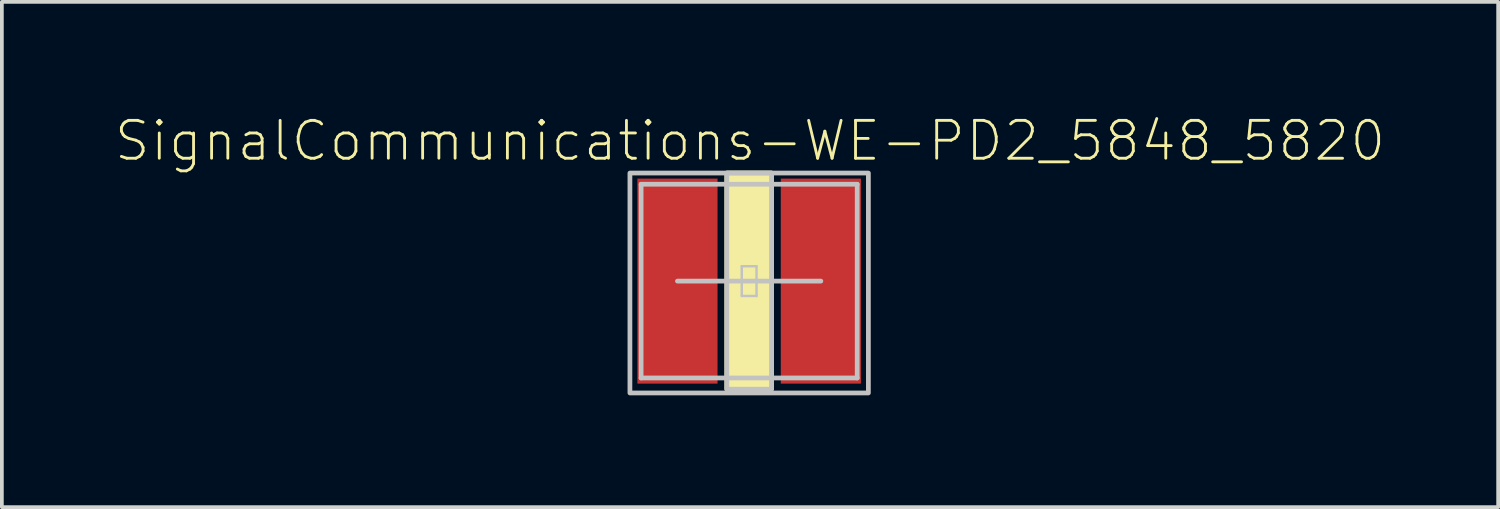
<source format=kicad_pcb>
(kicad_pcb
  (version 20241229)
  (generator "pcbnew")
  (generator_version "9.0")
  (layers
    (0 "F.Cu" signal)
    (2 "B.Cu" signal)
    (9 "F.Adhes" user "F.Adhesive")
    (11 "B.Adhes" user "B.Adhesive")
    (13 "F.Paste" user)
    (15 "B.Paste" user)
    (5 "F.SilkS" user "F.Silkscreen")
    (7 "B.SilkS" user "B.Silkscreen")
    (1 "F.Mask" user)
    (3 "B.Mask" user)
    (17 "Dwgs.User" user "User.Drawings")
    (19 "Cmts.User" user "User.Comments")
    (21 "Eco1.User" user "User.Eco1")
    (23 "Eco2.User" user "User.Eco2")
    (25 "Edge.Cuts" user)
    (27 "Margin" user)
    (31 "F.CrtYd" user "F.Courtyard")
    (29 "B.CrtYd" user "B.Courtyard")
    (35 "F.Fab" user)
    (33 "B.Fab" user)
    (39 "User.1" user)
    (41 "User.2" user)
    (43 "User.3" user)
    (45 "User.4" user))
  (footprint "SignalCommunications-WE-PD2_5848_5820"
    (layer "F.Cu")
    (at 17.044 4.49)
    (property "Reference" "SignalCommunications-WE-PD2_5848_5820" (at 0.023 -3.762 0) (layer "F.SilkS") (effects (font (size 1.016 1.016) (thickness 0.076))))
    (attr smd)
    (fp_line (start -0.599 -2.598) (end 0.599 -2.598) (stroke (width 0.127) (type solid)) (layer "F.SilkS"))
    (fp_line (start -0.599 2.598) (end 0.599 2.598) (stroke (width 0.127) (type solid)) (layer "F.SilkS"))
    (fp_poly (pts (xy -0.599 -2.898) (xy 0.599 -2.898) (xy 0.599 2.898) (xy -0.599 2.898) (xy -0.599 -2.898)) (stroke (width 0.127) (type solid)) (fill yes) (layer "F.SilkS"))
    (fp_line (start -2.898 -2.598) (end 2.898 -2.598) (stroke (width 0.127) (type solid)) (layer "Dwgs.User"))
    (fp_line (start -2.898 2.598) (end -2.898 -2.598) (stroke (width 0.127) (type solid)) (layer "Dwgs.User"))
    (fp_line (start -1.923 0) (end 1.923 0) (stroke (width 0.127) (type solid)) (layer "Dwgs.User"))
    (fp_line (start -0.198 -0.399) (end 0.198 -0.399) (stroke (width 0.066) (type solid)) (layer "Dwgs.User"))
    (fp_line (start -0.198 0.399) (end -0.198 -0.399) (stroke (width 0.066) (type solid)) (layer "Dwgs.User"))
    (fp_line (start -0.198 0.399) (end 0.198 0.399) (stroke (width 0.066) (type solid)) (layer "Dwgs.User"))
    (fp_line (start 0.198 0.399) (end 0.198 -0.399) (stroke (width 0.066) (type solid)) (layer "Dwgs.User"))
    (fp_line (start 2.898 -2.598) (end 2.898 2.598) (stroke (width 0.127) (type solid)) (layer "Dwgs.User"))
    (fp_line (start 2.898 2.598) (end -2.898 2.598) (stroke (width 0.127) (type solid)) (layer "Dwgs.User"))
    (fp_poly (pts (xy -3.198 -2.898) (xy 3.198 -2.898) (xy 3.198 3) (xy -3.198 3) (xy -3.198 -2.898)) (stroke (width 0.127) (type solid)) (fill no) (layer "Dwgs.User"))
    (fp_poly (pts (xy -0.599 -2.898) (xy 0.599 -2.898) (xy 0.599 2.898) (xy -0.599 2.898) (xy -0.599 -2.799) (xy -0.599 -2.898)) (stroke (width 0.127) (type solid)) (fill no) (layer "Dwgs.User"))
    (pad "1" smd rect (at -1.923 0 90) (size 5.499 2.149) (layers "F.Cu" "F.Mask" "F.Paste"))
    (pad "2" smd rect (at 1.923 0 90) (size 5.499 2.149) (layers "F.Cu" "F.Mask" "F.Paste")))
  (gr_rect
    (start -3 -3)
    (end 37.134 10.553)
    (stroke (width 0.1) (type default))
    (fill no)
    (layer "Edge.Cuts")))
</source>
